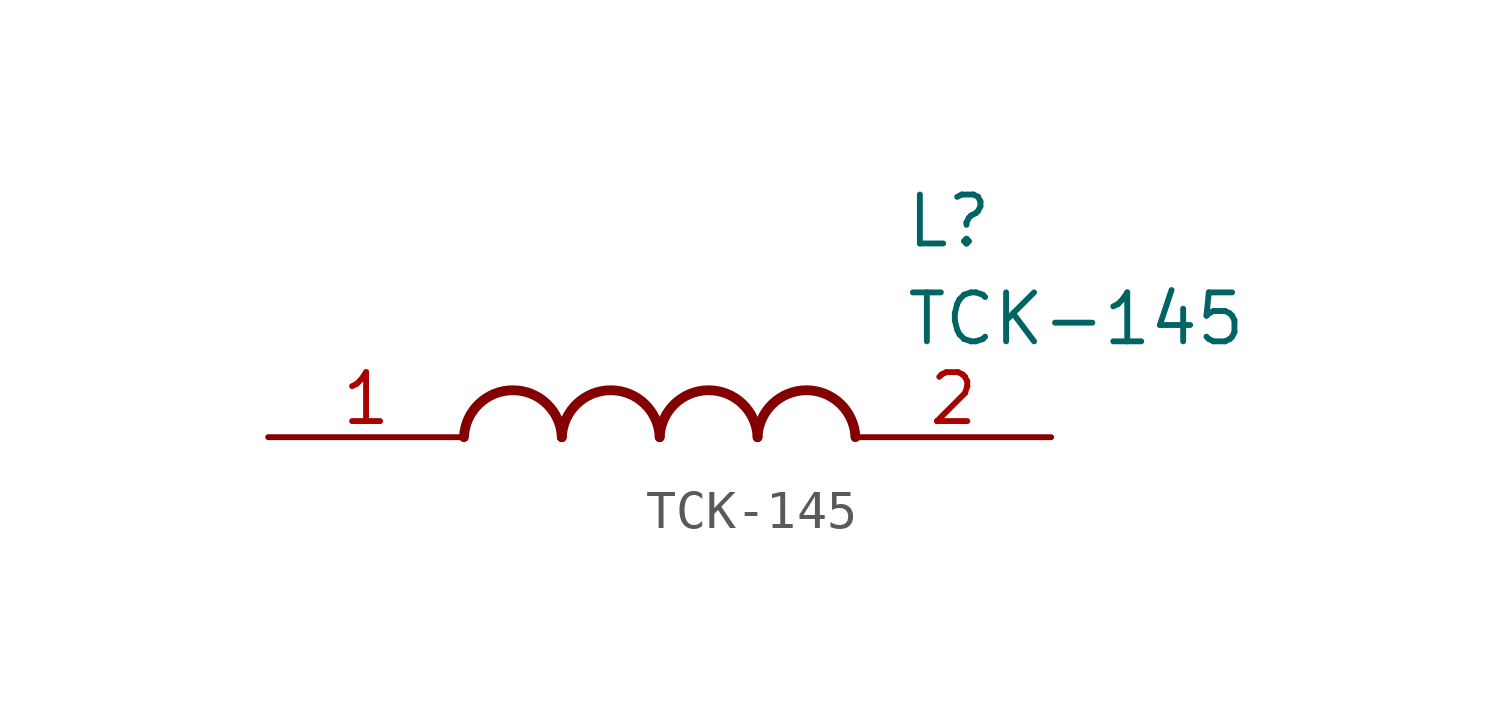
<source format=kicad_sym>
(kicad_symbol_lib
  (version 20211014)
  (generator SamacSys_ECAD_Model)
  (symbol "TCK-145"
    (pin_names hide)
    (property "Reference" "L"
      (at 16.51 6.35 0)
      (effects (font (size 1.27 1.27)) (justify left top)))
    (property "Value" "TCK-145"
      (at 16.51 3.81 0)
      (effects (font (size 1.27 1.27)) (justify left top)))
    (arc
      (start 7.62 0)
      (mid 6.35 1.219)
      (end 5.08 0)
      (stroke (width 0.254) (type default))
      (fill (type none)))
    (arc
      (start 10.16 0)
      (mid 8.89 1.219)
      (end 7.62 0)
      (stroke (width 0.254) (type default))
      (fill (type none)))
    (arc
      (start 12.7 0)
      (mid 11.43 1.219)
      (end 10.16 0)
      (stroke (width 0.254) (type default))
      (fill (type none)))
    (arc
      (start 15.24 0)
      (mid 13.97 1.219)
      (end 12.7 0)
      (stroke (width 0.254) (type default))
      (fill (type none)))
    (pin passive line
      (at 0 0 0)
      (length 5.08)
      (name "1" (effects (font (size 1.27 1.27))))
      (number "1" (effects (font (size 1.27 1.27)))))
    (pin passive line
      (at 20.32 0 180)
      (length 5.08)
      (name "2" (effects (font (size 1.27 1.27))))
      (number "2" (effects (font (size 1.27 1.27)))))))
</source>
